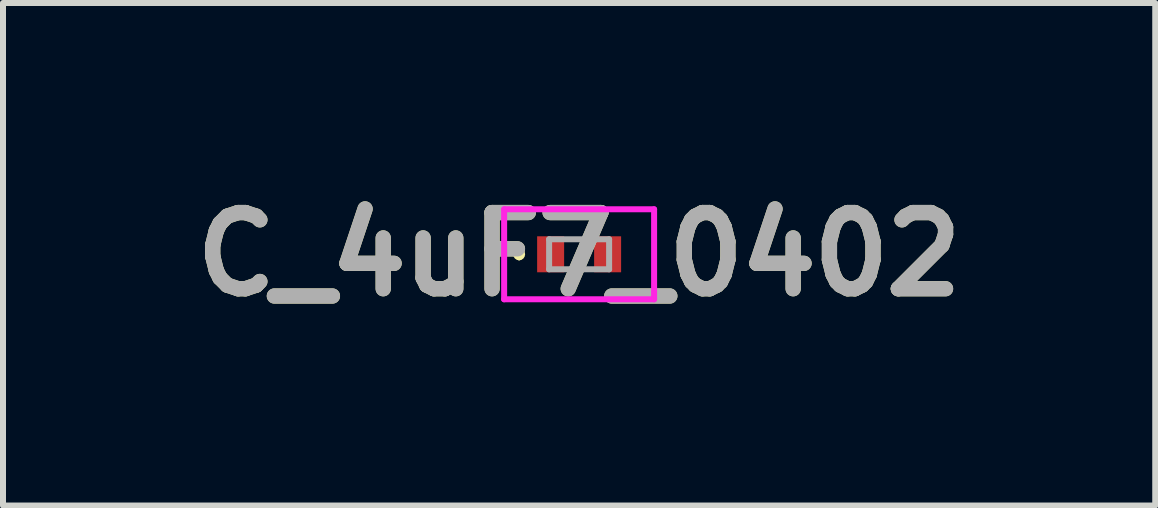
<source format=kicad_pcb>
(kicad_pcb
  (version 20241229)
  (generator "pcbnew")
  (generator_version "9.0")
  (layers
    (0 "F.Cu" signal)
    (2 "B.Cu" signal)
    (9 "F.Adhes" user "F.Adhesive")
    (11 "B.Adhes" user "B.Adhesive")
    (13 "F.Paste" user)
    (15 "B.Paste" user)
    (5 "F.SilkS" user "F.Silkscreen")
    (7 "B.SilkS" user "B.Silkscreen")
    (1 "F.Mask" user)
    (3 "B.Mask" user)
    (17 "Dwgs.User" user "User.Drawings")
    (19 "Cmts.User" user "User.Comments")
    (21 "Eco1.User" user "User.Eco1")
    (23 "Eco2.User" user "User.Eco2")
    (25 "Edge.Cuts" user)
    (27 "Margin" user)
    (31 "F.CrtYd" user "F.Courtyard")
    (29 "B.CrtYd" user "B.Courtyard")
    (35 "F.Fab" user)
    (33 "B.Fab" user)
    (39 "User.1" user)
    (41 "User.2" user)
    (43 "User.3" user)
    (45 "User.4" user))
  (footprint "C_4uF7_0402"
    (layer "F.Cu")
    (at 6.604 1.189)
    (property "Reference" "C_4uF7_0402" (at 0 0 0) (layer "F.SilkS") (effects (font (size 1.27 1.27) (thickness 0.254))))
    (attr smd)
    (fp_line (start -1 -0.05) (end -1 -0.05) (stroke (width 0.1) (type solid)) (layer "F.SilkS"))
    (fp_line (start -1 0.05) (end -1 0.05) (stroke (width 0.1) (type solid)) (layer "F.SilkS"))
    (fp_arc (start -1 -0.05) (mid -0.95 0) (end -1 0.05) (stroke (width 0.1) (type solid)) (layer "F.SilkS"))
    (fp_arc (start -1 0.05) (mid -1.05 0) (end -1 -0.05) (stroke (width 0.1) (type solid)) (layer "F.SilkS"))
    (fp_line (start -1.25 -0.75) (end 1.25 -0.75) (stroke (width 0.1) (type solid)) (layer "F.CrtYd"))
    (fp_line (start -1.25 0.75) (end -1.25 -0.75) (stroke (width 0.1) (type solid)) (layer "F.CrtYd"))
    (fp_line (start 1.25 -0.75) (end 1.25 0.75) (stroke (width 0.1) (type solid)) (layer "F.CrtYd"))
    (fp_line (start 1.25 0.75) (end -1.25 0.75) (stroke (width 0.1) (type solid)) (layer "F.CrtYd"))
    (fp_line (start -0.5 -0.25) (end 0.5 -0.25) (stroke (width 0.1) (type solid)) (layer "F.Fab"))
    (fp_line (start -0.5 0.25) (end -0.5 -0.25) (stroke (width 0.1) (type solid)) (layer "F.Fab"))
    (fp_line (start 0.5 -0.25) (end 0.5 0.25) (stroke (width 0.1) (type solid)) (layer "F.Fab"))
    (fp_line (start 0.5 0.25) (end -0.5 0.25) (stroke (width 0.1) (type solid)) (layer "F.Fab"))
    (fp_text user "${REFERENCE}" (at 0 0 0) (layer "F.Fab") (effects (font (size 1.27 1.27) (thickness 0.254))))
    (pad "1" smd rect (at -0.475 0) (size 0.45 0.6) (layers "F.Cu" "F.Mask" "F.Paste"))
    (pad "2" smd rect (at 0.475 0) (size 0.45 0.6) (layers "F.Cu" "F.Mask" "F.Paste")))
  (gr_rect
    (start -3 -3)
    (end 16.208 5.377)
    (stroke (width 0.1) (type default))
    (fill no)
    (layer "Edge.Cuts")))
</source>
